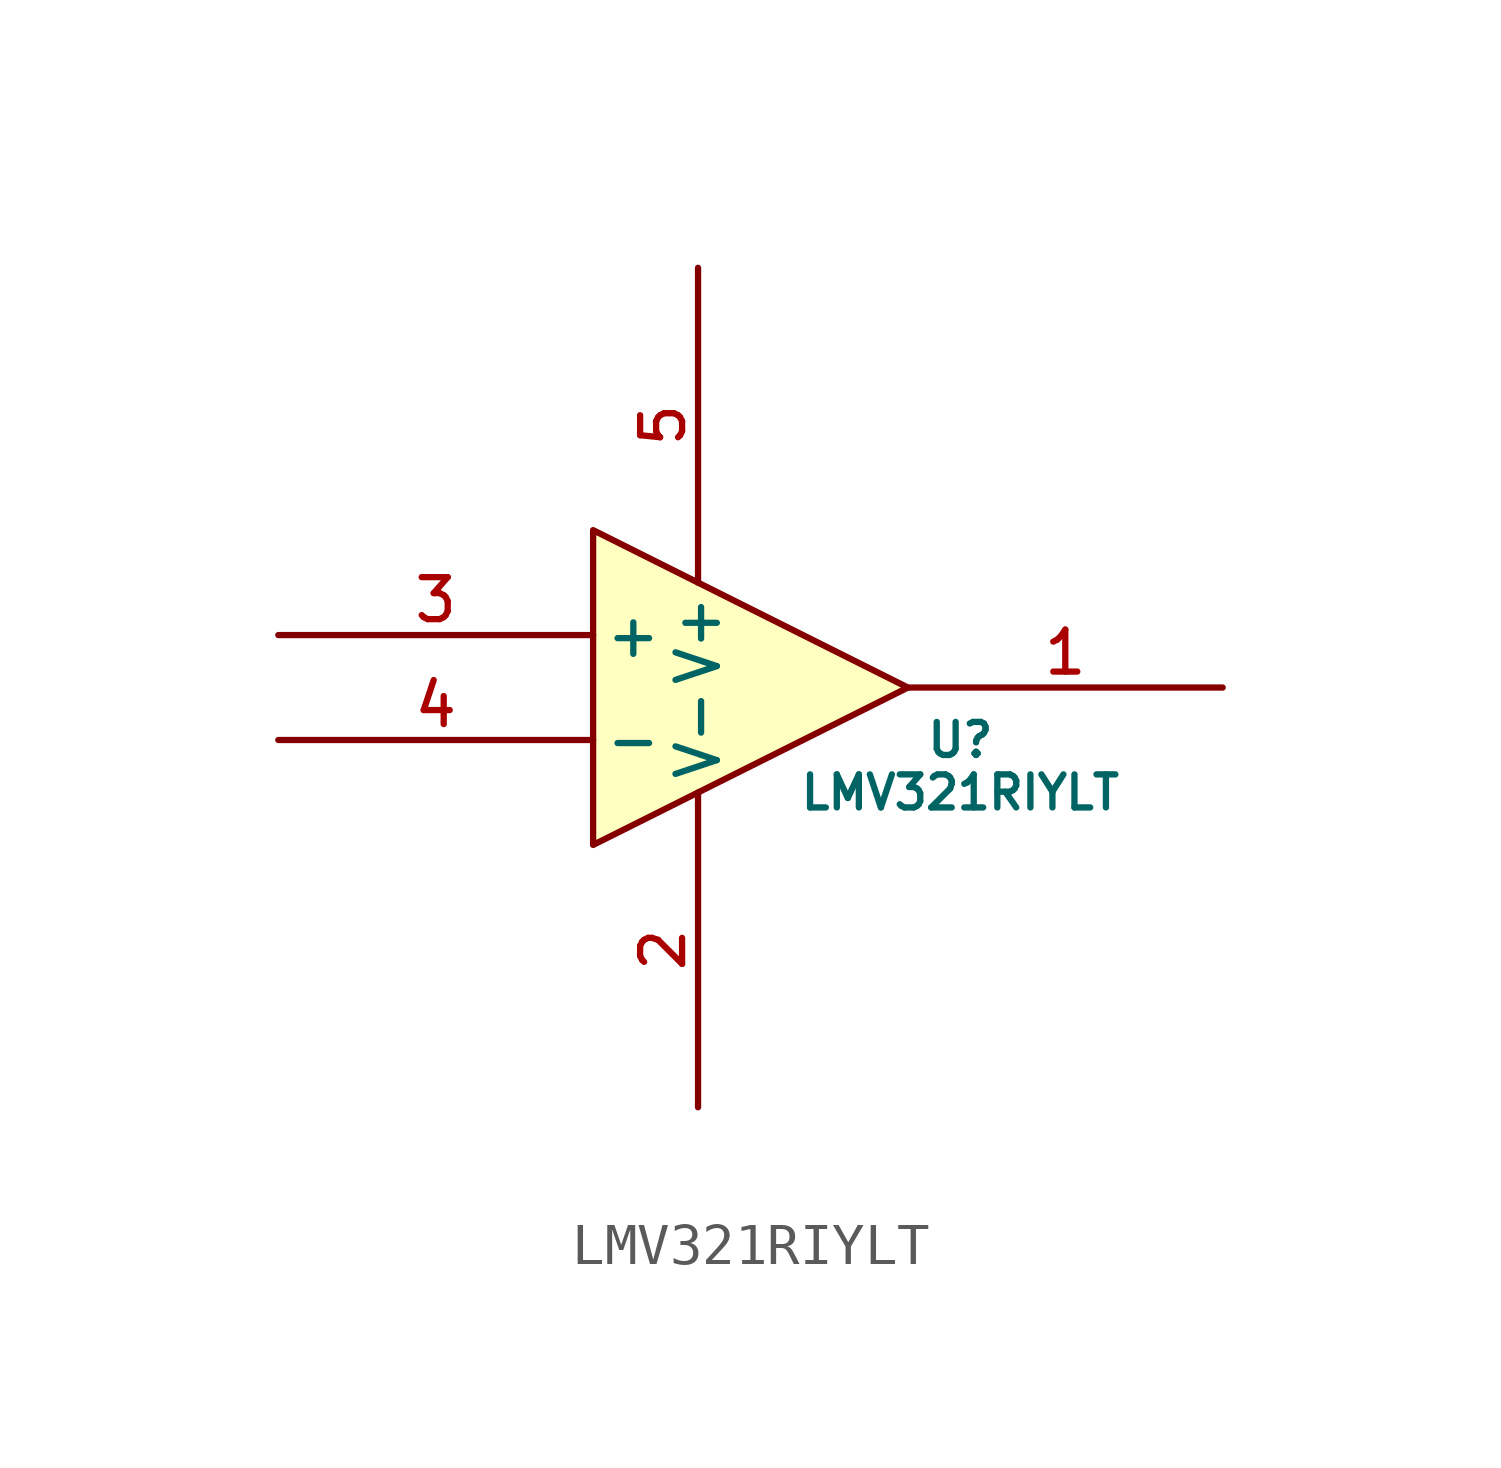
<source format=kicad_sym>
(kicad_symbol_lib
  (version 20220914)
  (generator kicad_symbol_editor)
  (symbol "LMV321RIYLT"
    (pin_names
      (offset 0.254))
    (property "Reference" "U"
      (at 6.35 0 0)
      (effects (font (size 0.8 0.8))))
    (property "Value" "LMV321RIYLT"
      (at 6.35 -1.27 0)
      (effects (font (size 0.8 0.8))))
    (property "ki_locked" ""
      (at 0 0 0)
      (effects (font (size 1.27 1.27))))
    (symbol "LMV321RIYLT_1_1"
      (polyline (pts (xy -2.54 5.08) (xy -2.54 -2.54) (xy 5.08 1.27) (xy -2.54 5.08)) (stroke (width 0) (type default)) (fill (type background)))
      (pin output line (at 12.7 1.27 180) (length 7.62) (name "" (effects (font (size 1.27 1.27)))) (number "1" (effects (font (size 1.016 1.016)))))
      (pin power_in line (at 0 -8.89 90) (length 7.62) (name "V-" (effects (font (size 1 1)))) (number "2" (effects (font (size 1.016 1.016)))))
      (pin input line (at -10.16 2.54 0) (length 7.62) (name "+" (effects (font (size 1 1)))) (number "3" (effects (font (size 1.016 1.016)))))
      (pin input line (at -10.16 0 0) (length 7.62) (name "-" (effects (font (size 1 1)))) (number "4" (effects (font (size 1.016 1.016)))))
      (pin power_in line (at 0 11.43 270) (length 7.62) (name "V+" (effects (font (size 1 1)))) (number "5" (effects (font (size 1.016 1.016))))))))
</source>
